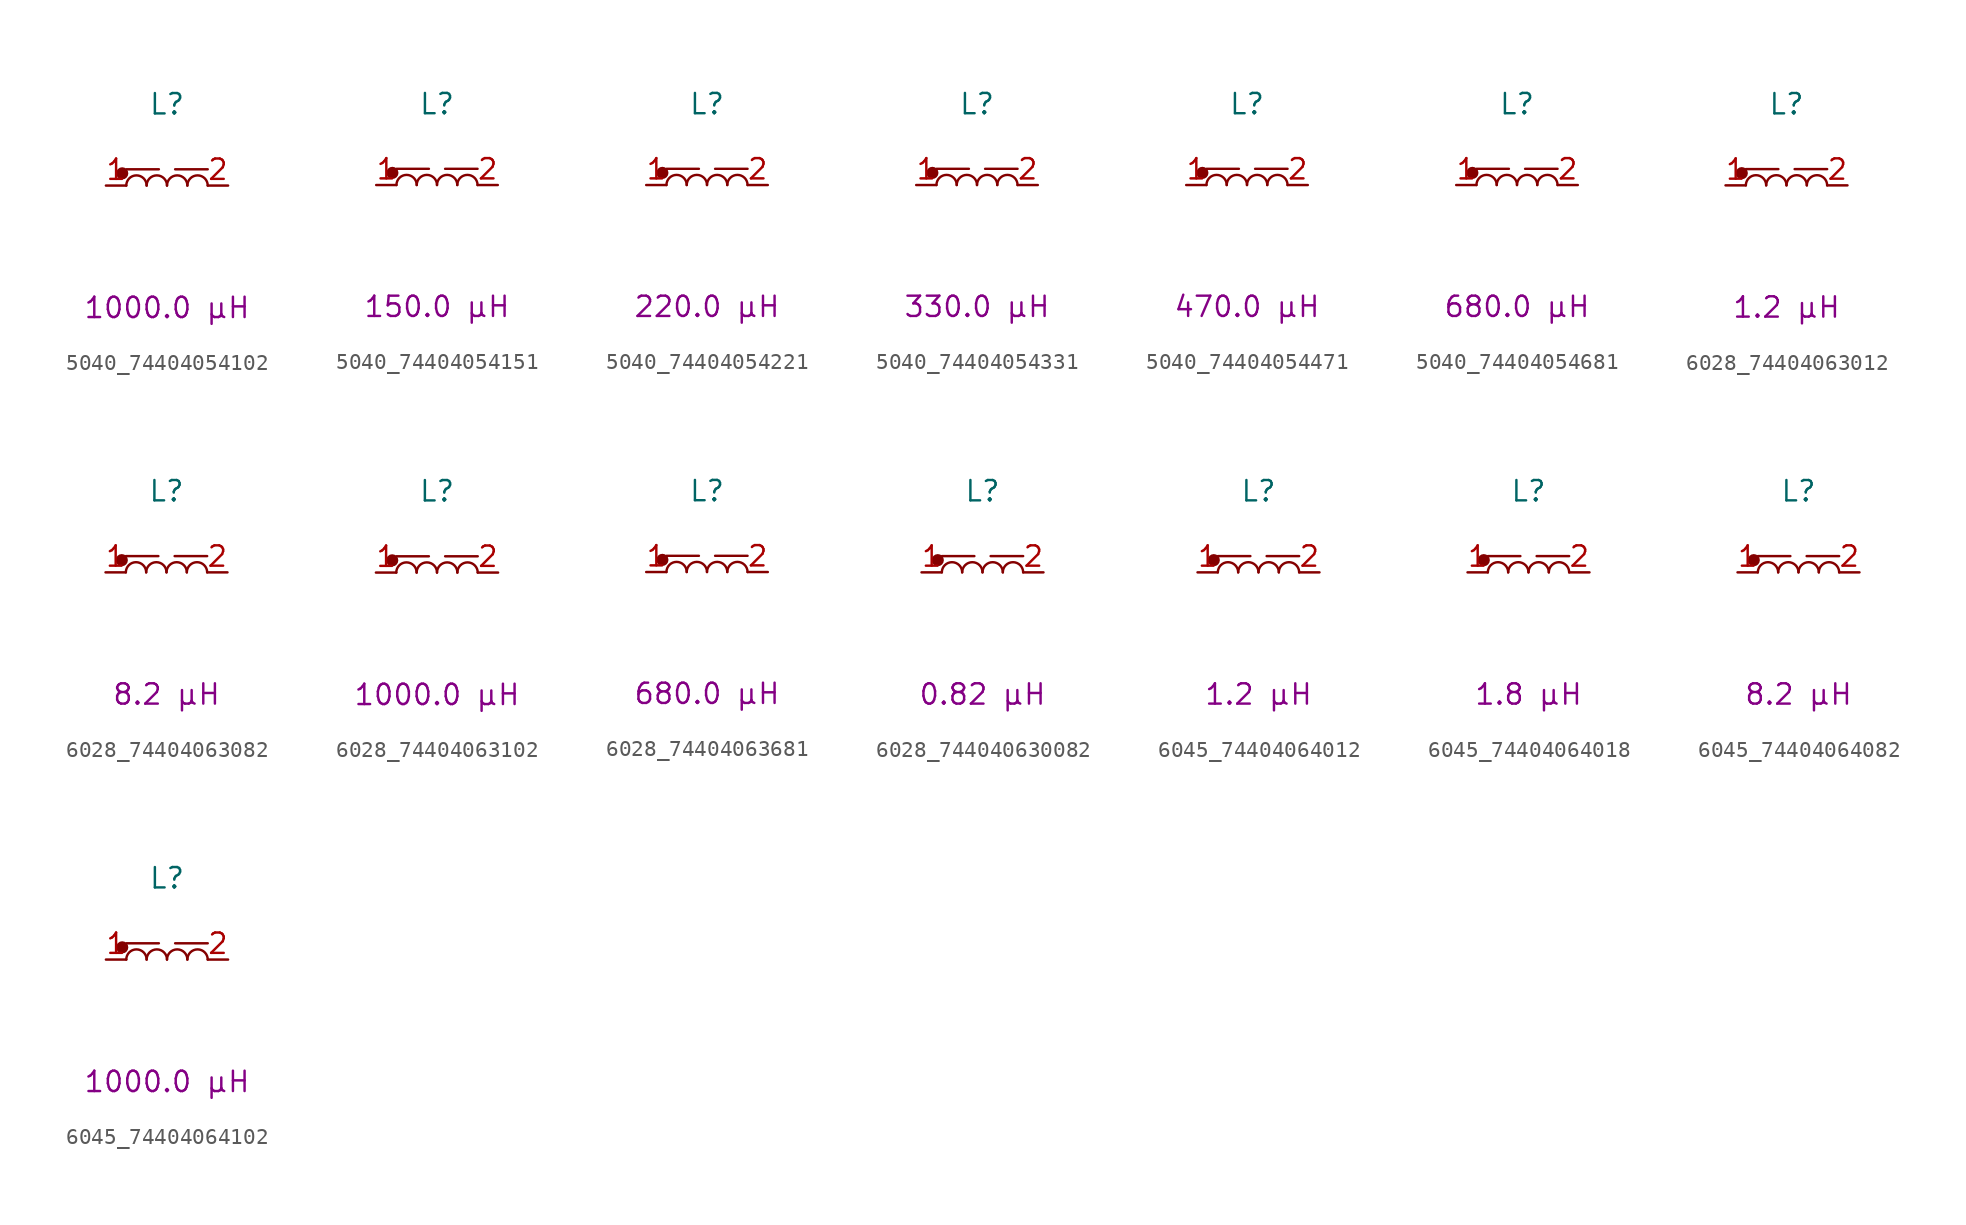
<source format=kicad_sym>
(kicad_symbol_lib
  (version 20220914)
  (generator kicad_symbol_editor)
  (symbol "5040_74404054102"
    (pin_names hide)
    (property "Reference" "L"
      (at 0 5.08 0)
      (effects (font (size 1.27 1.27))))
    (property "Critical Parameter" "1000.0 µH"
      (at 0 -7.62 0)
      (effects (font (size 1.27 1.27))))
    (symbol "5040_74404054102_0_1"
      (arc (start -1.27 0) (mid -1.905 0.6323) (end -2.54 0) (stroke (width 0) (type default)) (fill (type none)))
      (arc (start 0 0) (mid -0.635 0.6323) (end -1.27 0) (stroke (width 0) (type default)) (fill (type none)))
      (polyline (pts (xy -2.54 1.016) (xy -0.508 1.016)) (stroke (width 0) (type default)) (fill (type none)))
      (arc (start 1.27 0) (mid 0.635 0.6323) (end 0 0) (stroke (width 0) (type default)) (fill (type none)))
      (arc (start 2.54 0) (mid 1.905 0.6323) (end 1.27 0) (stroke (width 0) (type default)) (fill (type none))))
    (symbol "5040_74404054102_1_1"
      (circle (center -2.794 0.762) (radius 0.0001) (stroke (width 0.381) (type default)) (fill (type none)))
      (polyline (pts (xy 2.54 1.016) (xy 0.508 1.016)) (stroke (width 0) (type default)) (fill (type none)))
      (pin passive line (at -3.81 0 0) (length 1.27) (name "1" (effects (font (size 1.27 1.27)))) (number "1" (effects (font (size 1.27 1.27)))))
      (pin passive line (at 3.81 0 180) (length 1.27) (name "2" (effects (font (size 1.27 1.27)))) (number "2" (effects (font (size 1.27 1.27)))))))
  (symbol "5040_74404054151"
    (pin_names hide)
    (property "Reference" "L"
      (at 0 5.08 0)
      (effects (font (size 1.27 1.27))))
    (property "Critical Parameter" "150.0 µH"
      (at 0 -7.62 0)
      (effects (font (size 1.27 1.27))))
    (symbol "5040_74404054151_0_1"
      (arc (start -1.27 0) (mid -1.905 0.6323) (end -2.54 0) (stroke (width 0) (type default)) (fill (type none)))
      (arc (start 0 0) (mid -0.635 0.6323) (end -1.27 0) (stroke (width 0) (type default)) (fill (type none)))
      (polyline (pts (xy -2.54 1.016) (xy -0.508 1.016)) (stroke (width 0) (type default)) (fill (type none)))
      (arc (start 1.27 0) (mid 0.635 0.6323) (end 0 0) (stroke (width 0) (type default)) (fill (type none)))
      (arc (start 2.54 0) (mid 1.905 0.6323) (end 1.27 0) (stroke (width 0) (type default)) (fill (type none))))
    (symbol "5040_74404054151_1_1"
      (circle (center -2.794 0.762) (radius 0.0001) (stroke (width 0.381) (type default)) (fill (type none)))
      (polyline (pts (xy 2.54 1.016) (xy 0.508 1.016)) (stroke (width 0) (type default)) (fill (type none)))
      (pin passive line (at -3.81 0 0) (length 1.27) (name "1" (effects (font (size 1.27 1.27)))) (number "1" (effects (font (size 1.27 1.27)))))
      (pin passive line (at 3.81 0 180) (length 1.27) (name "2" (effects (font (size 1.27 1.27)))) (number "2" (effects (font (size 1.27 1.27)))))))
  (symbol "5040_74404054221"
    (pin_names hide)
    (property "Reference" "L"
      (at 0 5.08 0)
      (effects (font (size 1.27 1.27))))
    (property "Critical Parameter" "220.0 µH"
      (at 0 -7.62 0)
      (effects (font (size 1.27 1.27))))
    (symbol "5040_74404054221_0_1"
      (arc (start -1.27 0) (mid -1.905 0.6323) (end -2.54 0) (stroke (width 0) (type default)) (fill (type none)))
      (arc (start 0 0) (mid -0.635 0.6323) (end -1.27 0) (stroke (width 0) (type default)) (fill (type none)))
      (polyline (pts (xy -2.54 1.016) (xy -0.508 1.016)) (stroke (width 0) (type default)) (fill (type none)))
      (arc (start 1.27 0) (mid 0.635 0.6323) (end 0 0) (stroke (width 0) (type default)) (fill (type none)))
      (arc (start 2.54 0) (mid 1.905 0.6323) (end 1.27 0) (stroke (width 0) (type default)) (fill (type none))))
    (symbol "5040_74404054221_1_1"
      (circle (center -2.794 0.762) (radius 0.0001) (stroke (width 0.381) (type default)) (fill (type none)))
      (polyline (pts (xy 2.54 1.016) (xy 0.508 1.016)) (stroke (width 0) (type default)) (fill (type none)))
      (pin passive line (at -3.81 0 0) (length 1.27) (name "1" (effects (font (size 1.27 1.27)))) (number "1" (effects (font (size 1.27 1.27)))))
      (pin passive line (at 3.81 0 180) (length 1.27) (name "2" (effects (font (size 1.27 1.27)))) (number "2" (effects (font (size 1.27 1.27)))))))
  (symbol "5040_74404054331"
    (pin_names hide)
    (property "Reference" "L"
      (at 0 5.08 0)
      (effects (font (size 1.27 1.27))))
    (property "Critical Parameter" "330.0 µH"
      (at 0 -7.62 0)
      (effects (font (size 1.27 1.27))))
    (symbol "5040_74404054331_0_1"
      (arc (start -1.27 0) (mid -1.905 0.6323) (end -2.54 0) (stroke (width 0) (type default)) (fill (type none)))
      (arc (start 0 0) (mid -0.635 0.6323) (end -1.27 0) (stroke (width 0) (type default)) (fill (type none)))
      (polyline (pts (xy -2.54 1.016) (xy -0.508 1.016)) (stroke (width 0) (type default)) (fill (type none)))
      (arc (start 1.27 0) (mid 0.635 0.6323) (end 0 0) (stroke (width 0) (type default)) (fill (type none)))
      (arc (start 2.54 0) (mid 1.905 0.6323) (end 1.27 0) (stroke (width 0) (type default)) (fill (type none))))
    (symbol "5040_74404054331_1_1"
      (circle (center -2.794 0.762) (radius 0.0001) (stroke (width 0.381) (type default)) (fill (type none)))
      (polyline (pts (xy 2.54 1.016) (xy 0.508 1.016)) (stroke (width 0) (type default)) (fill (type none)))
      (pin passive line (at -3.81 0 0) (length 1.27) (name "1" (effects (font (size 1.27 1.27)))) (number "1" (effects (font (size 1.27 1.27)))))
      (pin passive line (at 3.81 0 180) (length 1.27) (name "2" (effects (font (size 1.27 1.27)))) (number "2" (effects (font (size 1.27 1.27)))))))
  (symbol "5040_74404054471"
    (pin_names hide)
    (property "Reference" "L"
      (at 0 5.08 0)
      (effects (font (size 1.27 1.27))))
    (property "Critical Parameter" "470.0 µH"
      (at 0 -7.62 0)
      (effects (font (size 1.27 1.27))))
    (symbol "5040_74404054471_0_1"
      (arc (start -1.27 0) (mid -1.905 0.6323) (end -2.54 0) (stroke (width 0) (type default)) (fill (type none)))
      (arc (start 0 0) (mid -0.635 0.6323) (end -1.27 0) (stroke (width 0) (type default)) (fill (type none)))
      (polyline (pts (xy -2.54 1.016) (xy -0.508 1.016)) (stroke (width 0) (type default)) (fill (type none)))
      (arc (start 1.27 0) (mid 0.635 0.6323) (end 0 0) (stroke (width 0) (type default)) (fill (type none)))
      (arc (start 2.54 0) (mid 1.905 0.6323) (end 1.27 0) (stroke (width 0) (type default)) (fill (type none))))
    (symbol "5040_74404054471_1_1"
      (circle (center -2.794 0.762) (radius 0.0001) (stroke (width 0.381) (type default)) (fill (type none)))
      (polyline (pts (xy 2.54 1.016) (xy 0.508 1.016)) (stroke (width 0) (type default)) (fill (type none)))
      (pin passive line (at -3.81 0 0) (length 1.27) (name "1" (effects (font (size 1.27 1.27)))) (number "1" (effects (font (size 1.27 1.27)))))
      (pin passive line (at 3.81 0 180) (length 1.27) (name "2" (effects (font (size 1.27 1.27)))) (number "2" (effects (font (size 1.27 1.27)))))))
  (symbol "5040_74404054681"
    (pin_names hide)
    (property "Reference" "L"
      (at 0 5.08 0)
      (effects (font (size 1.27 1.27))))
    (property "Critical Parameter" "680.0 µH"
      (at 0 -7.62 0)
      (effects (font (size 1.27 1.27))))
    (symbol "5040_74404054681_0_1"
      (arc (start -1.27 0) (mid -1.905 0.6323) (end -2.54 0) (stroke (width 0) (type default)) (fill (type none)))
      (arc (start 0 0) (mid -0.635 0.6323) (end -1.27 0) (stroke (width 0) (type default)) (fill (type none)))
      (polyline (pts (xy -2.54 1.016) (xy -0.508 1.016)) (stroke (width 0) (type default)) (fill (type none)))
      (arc (start 1.27 0) (mid 0.635 0.6323) (end 0 0) (stroke (width 0) (type default)) (fill (type none)))
      (arc (start 2.54 0) (mid 1.905 0.6323) (end 1.27 0) (stroke (width 0) (type default)) (fill (type none))))
    (symbol "5040_74404054681_1_1"
      (circle (center -2.794 0.762) (radius 0.0001) (stroke (width 0.381) (type default)) (fill (type none)))
      (polyline (pts (xy 2.54 1.016) (xy 0.508 1.016)) (stroke (width 0) (type default)) (fill (type none)))
      (pin passive line (at -3.81 0 0) (length 1.27) (name "1" (effects (font (size 1.27 1.27)))) (number "1" (effects (font (size 1.27 1.27)))))
      (pin passive line (at 3.81 0 180) (length 1.27) (name "2" (effects (font (size 1.27 1.27)))) (number "2" (effects (font (size 1.27 1.27)))))))
  (symbol "6028_74404063012"
    (pin_names hide)
    (property "Reference" "L"
      (at 0 5.08 0)
      (effects (font (size 1.27 1.27))))
    (property "Critical Parameter" "1.2 µH"
      (at 0 -7.62 0)
      (effects (font (size 1.27 1.27))))
    (symbol "6028_74404063012_0_1"
      (arc (start -1.27 0) (mid -1.905 0.6323) (end -2.54 0) (stroke (width 0) (type default)) (fill (type none)))
      (arc (start 0 0) (mid -0.635 0.6323) (end -1.27 0) (stroke (width 0) (type default)) (fill (type none)))
      (polyline (pts (xy -2.54 1.016) (xy -0.508 1.016)) (stroke (width 0) (type default)) (fill (type none)))
      (arc (start 1.27 0) (mid 0.635 0.6323) (end 0 0) (stroke (width 0) (type default)) (fill (type none)))
      (arc (start 2.54 0) (mid 1.905 0.6323) (end 1.27 0) (stroke (width 0) (type default)) (fill (type none))))
    (symbol "6028_74404063012_1_1"
      (circle (center -2.794 0.762) (radius 0.0001) (stroke (width 0.381) (type default)) (fill (type none)))
      (polyline (pts (xy 2.54 1.016) (xy 0.508 1.016)) (stroke (width 0) (type default)) (fill (type none)))
      (pin passive line (at -3.81 0 0) (length 1.27) (name "1" (effects (font (size 1.27 1.27)))) (number "1" (effects (font (size 1.27 1.27)))))
      (pin passive line (at 3.81 0 180) (length 1.27) (name "2" (effects (font (size 1.27 1.27)))) (number "2" (effects (font (size 1.27 1.27)))))))
  (symbol "6028_74404063082"
    (pin_names hide)
    (property "Reference" "L"
      (at 0 5.08 0)
      (effects (font (size 1.27 1.27))))
    (property "Critical Parameter" "8.2 µH"
      (at 0 -7.62 0)
      (effects (font (size 1.27 1.27))))
    (symbol "6028_74404063082_0_1"
      (arc (start -1.27 0) (mid -1.905 0.6323) (end -2.54 0) (stroke (width 0) (type default)) (fill (type none)))
      (arc (start 0 0) (mid -0.635 0.6323) (end -1.27 0) (stroke (width 0) (type default)) (fill (type none)))
      (polyline (pts (xy -2.54 1.016) (xy -0.508 1.016)) (stroke (width 0) (type default)) (fill (type none)))
      (arc (start 1.27 0) (mid 0.635 0.6323) (end 0 0) (stroke (width 0) (type default)) (fill (type none)))
      (arc (start 2.54 0) (mid 1.905 0.6323) (end 1.27 0) (stroke (width 0) (type default)) (fill (type none))))
    (symbol "6028_74404063082_1_1"
      (circle (center -2.794 0.762) (radius 0.0001) (stroke (width 0.381) (type default)) (fill (type none)))
      (polyline (pts (xy 2.54 1.016) (xy 0.508 1.016)) (stroke (width 0) (type default)) (fill (type none)))
      (pin passive line (at -3.81 0 0) (length 1.27) (name "1" (effects (font (size 1.27 1.27)))) (number "1" (effects (font (size 1.27 1.27)))))
      (pin passive line (at 3.81 0 180) (length 1.27) (name "2" (effects (font (size 1.27 1.27)))) (number "2" (effects (font (size 1.27 1.27)))))))
  (symbol "6028_74404063102"
    (pin_names hide)
    (property "Reference" "L"
      (at 0 5.08 0)
      (effects (font (size 1.27 1.27))))
    (property "Critical Parameter" "1000.0 µH"
      (at 0 -7.62 0)
      (effects (font (size 1.27 1.27))))
    (symbol "6028_74404063102_0_1"
      (arc (start -1.27 0) (mid -1.905 0.6323) (end -2.54 0) (stroke (width 0) (type default)) (fill (type none)))
      (arc (start 0 0) (mid -0.635 0.6323) (end -1.27 0) (stroke (width 0) (type default)) (fill (type none)))
      (polyline (pts (xy -2.54 1.016) (xy -0.508 1.016)) (stroke (width 0) (type default)) (fill (type none)))
      (arc (start 1.27 0) (mid 0.635 0.6323) (end 0 0) (stroke (width 0) (type default)) (fill (type none)))
      (arc (start 2.54 0) (mid 1.905 0.6323) (end 1.27 0) (stroke (width 0) (type default)) (fill (type none))))
    (symbol "6028_74404063102_1_1"
      (circle (center -2.794 0.762) (radius 0.0001) (stroke (width 0.381) (type default)) (fill (type none)))
      (polyline (pts (xy 2.54 1.016) (xy 0.508 1.016)) (stroke (width 0) (type default)) (fill (type none)))
      (pin passive line (at -3.81 0 0) (length 1.27) (name "1" (effects (font (size 1.27 1.27)))) (number "1" (effects (font (size 1.27 1.27)))))
      (pin passive line (at 3.81 0 180) (length 1.27) (name "2" (effects (font (size 1.27 1.27)))) (number "2" (effects (font (size 1.27 1.27)))))))
  (symbol "6028_74404063681"
    (pin_names hide)
    (property "Reference" "L"
      (at 0 5.08 0)
      (effects (font (size 1.27 1.27))))
    (property "Critical Parameter" "680.0 µH"
      (at 0 -7.62 0)
      (effects (font (size 1.27 1.27))))
    (symbol "6028_74404063681_0_1"
      (arc (start -1.27 0) (mid -1.905 0.6323) (end -2.54 0) (stroke (width 0) (type default)) (fill (type none)))
      (arc (start 0 0) (mid -0.635 0.6323) (end -1.27 0) (stroke (width 0) (type default)) (fill (type none)))
      (polyline (pts (xy -2.54 1.016) (xy -0.508 1.016)) (stroke (width 0) (type default)) (fill (type none)))
      (arc (start 1.27 0) (mid 0.635 0.6323) (end 0 0) (stroke (width 0) (type default)) (fill (type none)))
      (arc (start 2.54 0) (mid 1.905 0.6323) (end 1.27 0) (stroke (width 0) (type default)) (fill (type none))))
    (symbol "6028_74404063681_1_1"
      (circle (center -2.794 0.762) (radius 0.0001) (stroke (width 0.381) (type default)) (fill (type none)))
      (polyline (pts (xy 2.54 1.016) (xy 0.508 1.016)) (stroke (width 0) (type default)) (fill (type none)))
      (pin passive line (at -3.81 0 0) (length 1.27) (name "1" (effects (font (size 1.27 1.27)))) (number "1" (effects (font (size 1.27 1.27)))))
      (pin passive line (at 3.81 0 180) (length 1.27) (name "2" (effects (font (size 1.27 1.27)))) (number "2" (effects (font (size 1.27 1.27)))))))
  (symbol "6028_744040630082"
    (pin_names hide)
    (property "Reference" "L"
      (at 0 5.08 0)
      (effects (font (size 1.27 1.27))))
    (property "Critical Parameter" "0.82 µH"
      (at 0 -7.62 0)
      (effects (font (size 1.27 1.27))))
    (symbol "6028_744040630082_0_1"
      (arc (start -1.27 0) (mid -1.905 0.6323) (end -2.54 0) (stroke (width 0) (type default)) (fill (type none)))
      (arc (start 0 0) (mid -0.635 0.6323) (end -1.27 0) (stroke (width 0) (type default)) (fill (type none)))
      (polyline (pts (xy -2.54 1.016) (xy -0.508 1.016)) (stroke (width 0) (type default)) (fill (type none)))
      (arc (start 1.27 0) (mid 0.635 0.6323) (end 0 0) (stroke (width 0) (type default)) (fill (type none)))
      (arc (start 2.54 0) (mid 1.905 0.6323) (end 1.27 0) (stroke (width 0) (type default)) (fill (type none))))
    (symbol "6028_744040630082_1_1"
      (circle (center -2.794 0.762) (radius 0.0001) (stroke (width 0.381) (type default)) (fill (type none)))
      (polyline (pts (xy 2.54 1.016) (xy 0.508 1.016)) (stroke (width 0) (type default)) (fill (type none)))
      (pin passive line (at -3.81 0 0) (length 1.27) (name "1" (effects (font (size 1.27 1.27)))) (number "1" (effects (font (size 1.27 1.27)))))
      (pin passive line (at 3.81 0 180) (length 1.27) (name "2" (effects (font (size 1.27 1.27)))) (number "2" (effects (font (size 1.27 1.27)))))))
  (symbol "6045_74404064012"
    (pin_names hide)
    (property "Reference" "L"
      (at 0 5.08 0)
      (effects (font (size 1.27 1.27))))
    (property "Critical Parameter" "1.2 µH"
      (at 0 -7.62 0)
      (effects (font (size 1.27 1.27))))
    (symbol "6045_74404064012_0_1"
      (arc (start -1.27 0) (mid -1.905 0.6323) (end -2.54 0) (stroke (width 0) (type default)) (fill (type none)))
      (arc (start 0 0) (mid -0.635 0.6323) (end -1.27 0) (stroke (width 0) (type default)) (fill (type none)))
      (polyline (pts (xy -2.54 1.016) (xy -0.508 1.016)) (stroke (width 0) (type default)) (fill (type none)))
      (arc (start 1.27 0) (mid 0.635 0.6323) (end 0 0) (stroke (width 0) (type default)) (fill (type none)))
      (arc (start 2.54 0) (mid 1.905 0.6323) (end 1.27 0) (stroke (width 0) (type default)) (fill (type none))))
    (symbol "6045_74404064012_1_1"
      (circle (center -2.794 0.762) (radius 0.0001) (stroke (width 0.381) (type default)) (fill (type none)))
      (polyline (pts (xy 2.54 1.016) (xy 0.508 1.016)) (stroke (width 0) (type default)) (fill (type none)))
      (pin passive line (at -3.81 0 0) (length 1.27) (name "1" (effects (font (size 1.27 1.27)))) (number "1" (effects (font (size 1.27 1.27)))))
      (pin passive line (at 3.81 0 180) (length 1.27) (name "2" (effects (font (size 1.27 1.27)))) (number "2" (effects (font (size 1.27 1.27)))))))
  (symbol "6045_74404064018"
    (pin_names hide)
    (property "Reference" "L"
      (at 0 5.08 0)
      (effects (font (size 1.27 1.27))))
    (property "Critical Parameter" "1.8 µH"
      (at 0 -7.62 0)
      (effects (font (size 1.27 1.27))))
    (symbol "6045_74404064018_0_1"
      (arc (start -1.27 0) (mid -1.905 0.6323) (end -2.54 0) (stroke (width 0) (type default)) (fill (type none)))
      (arc (start 0 0) (mid -0.635 0.6323) (end -1.27 0) (stroke (width 0) (type default)) (fill (type none)))
      (polyline (pts (xy -2.54 1.016) (xy -0.508 1.016)) (stroke (width 0) (type default)) (fill (type none)))
      (arc (start 1.27 0) (mid 0.635 0.6323) (end 0 0) (stroke (width 0) (type default)) (fill (type none)))
      (arc (start 2.54 0) (mid 1.905 0.6323) (end 1.27 0) (stroke (width 0) (type default)) (fill (type none))))
    (symbol "6045_74404064018_1_1"
      (circle (center -2.794 0.762) (radius 0.0001) (stroke (width 0.381) (type default)) (fill (type none)))
      (polyline (pts (xy 2.54 1.016) (xy 0.508 1.016)) (stroke (width 0) (type default)) (fill (type none)))
      (pin passive line (at -3.81 0 0) (length 1.27) (name "1" (effects (font (size 1.27 1.27)))) (number "1" (effects (font (size 1.27 1.27)))))
      (pin passive line (at 3.81 0 180) (length 1.27) (name "2" (effects (font (size 1.27 1.27)))) (number "2" (effects (font (size 1.27 1.27)))))))
  (symbol "6045_74404064082"
    (pin_names hide)
    (property "Reference" "L"
      (at 0 5.08 0)
      (effects (font (size 1.27 1.27))))
    (property "Critical Parameter" "8.2 µH"
      (at 0 -7.62 0)
      (effects (font (size 1.27 1.27))))
    (symbol "6045_74404064082_0_1"
      (arc (start -1.27 0) (mid -1.905 0.6323) (end -2.54 0) (stroke (width 0) (type default)) (fill (type none)))
      (arc (start 0 0) (mid -0.635 0.6323) (end -1.27 0) (stroke (width 0) (type default)) (fill (type none)))
      (polyline (pts (xy -2.54 1.016) (xy -0.508 1.016)) (stroke (width 0) (type default)) (fill (type none)))
      (arc (start 1.27 0) (mid 0.635 0.6323) (end 0 0) (stroke (width 0) (type default)) (fill (type none)))
      (arc (start 2.54 0) (mid 1.905 0.6323) (end 1.27 0) (stroke (width 0) (type default)) (fill (type none))))
    (symbol "6045_74404064082_1_1"
      (circle (center -2.794 0.762) (radius 0.0001) (stroke (width 0.381) (type default)) (fill (type none)))
      (polyline (pts (xy 2.54 1.016) (xy 0.508 1.016)) (stroke (width 0) (type default)) (fill (type none)))
      (pin passive line (at -3.81 0 0) (length 1.27) (name "1" (effects (font (size 1.27 1.27)))) (number "1" (effects (font (size 1.27 1.27)))))
      (pin passive line (at 3.81 0 180) (length 1.27) (name "2" (effects (font (size 1.27 1.27)))) (number "2" (effects (font (size 1.27 1.27)))))))
  (symbol "6045_74404064102"
    (pin_names hide)
    (property "Reference" "L"
      (at 0 5.08 0)
      (effects (font (size 1.27 1.27))))
    (property "Critical Parameter" "1000.0 µH"
      (at 0 -7.62 0)
      (effects (font (size 1.27 1.27))))
    (symbol "6045_74404064102_0_1"
      (arc (start -1.27 0) (mid -1.905 0.6323) (end -2.54 0) (stroke (width 0) (type default)) (fill (type none)))
      (arc (start 0 0) (mid -0.635 0.6323) (end -1.27 0) (stroke (width 0) (type default)) (fill (type none)))
      (polyline (pts (xy -2.54 1.016) (xy -0.508 1.016)) (stroke (width 0) (type default)) (fill (type none)))
      (arc (start 1.27 0) (mid 0.635 0.6323) (end 0 0) (stroke (width 0) (type default)) (fill (type none)))
      (arc (start 2.54 0) (mid 1.905 0.6323) (end 1.27 0) (stroke (width 0) (type default)) (fill (type none))))
    (symbol "6045_74404064102_1_1"
      (circle (center -2.794 0.762) (radius 0.0001) (stroke (width 0.381) (type default)) (fill (type none)))
      (polyline (pts (xy 2.54 1.016) (xy 0.508 1.016)) (stroke (width 0) (type default)) (fill (type none)))
      (pin passive line (at -3.81 0 0) (length 1.27) (name "1" (effects (font (size 1.27 1.27)))) (number "1" (effects (font (size 1.27 1.27)))))
      (pin passive line (at 3.81 0 180) (length 1.27) (name "2" (effects (font (size 1.27 1.27)))) (number "2" (effects (font (size 1.27 1.27))))))))
</source>
